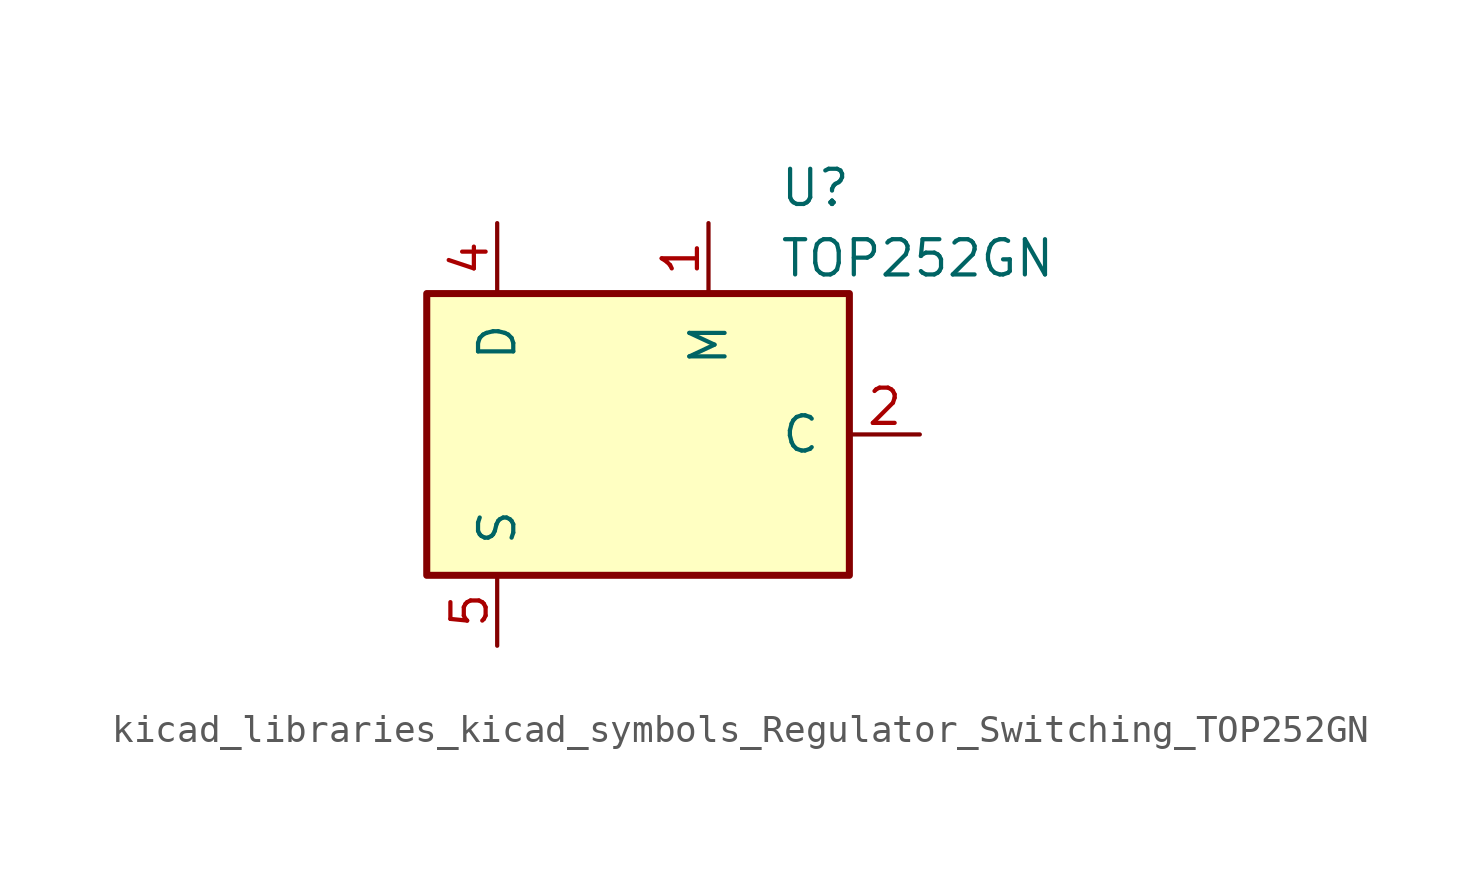
<source format=kicad_sym>
(kicad_symbol_lib
  (version 20220914)
  (generator kicad_symbol_editor)
  (symbol "kicad_libraries_kicad_symbols_Regulator_Switching_TOP252GN"
    (pin_names
      (offset 1.016))
    (property "Reference" "U"
      (at 5.08 8.89 0)
      (effects (font (size 1.27 1.27)) (justify left)))
    (property "Value" "TOP252GN"
      (at 5.08 6.35 0)
      (effects (font (size 1.27 1.27)) (justify left)))
    (symbol "kicad_libraries_kicad_symbols_Regulator_Switching_TOP252GN_0_1"
      (rectangle (start -7.62 5.08) (end 7.62 -5.08) (stroke (width 0.254) (type default)) (fill (type background))))
    (symbol "kicad_libraries_kicad_symbols_Regulator_Switching_TOP252GN_1_1"
      (pin input line (at 2.54 7.62 270) (length 2.54) (name "M" (effects (font (size 1.27 1.27)))) (number "1" (effects (font (size 1.27 1.27)))))
      (pin input line (at 10.16 0 180) (length 2.54) (name "C" (effects (font (size 1.27 1.27)))) (number "2" (effects (font (size 1.27 1.27)))))
      (pin open_collector line (at -5.08 7.62 270) (length 2.54) (name "D" (effects (font (size 1.27 1.27)))) (number "4" (effects (font (size 1.27 1.27)))))
      (pin power_in line (at -5.08 -7.62 90) (length 2.54) (name "S" (effects (font (size 1.27 1.27)))) (number "5" (effects (font (size 1.27 1.27)))))
      (pin passive line (at -5.08 -7.62 90) (length 2.54) hide (name "S" (effects (font (size 1.27 1.27)))) (number "6" (effects (font (size 1.27 1.27)))))
      (pin passive line (at -5.08 -7.62 90) (length 2.54) hide (name "S" (effects (font (size 1.27 1.27)))) (number "7" (effects (font (size 1.27 1.27)))))
      (pin passive line (at -5.08 -7.62 90) (length 2.54) hide (name "S" (effects (font (size 1.27 1.27)))) (number "8" (effects (font (size 1.27 1.27))))))))
</source>
